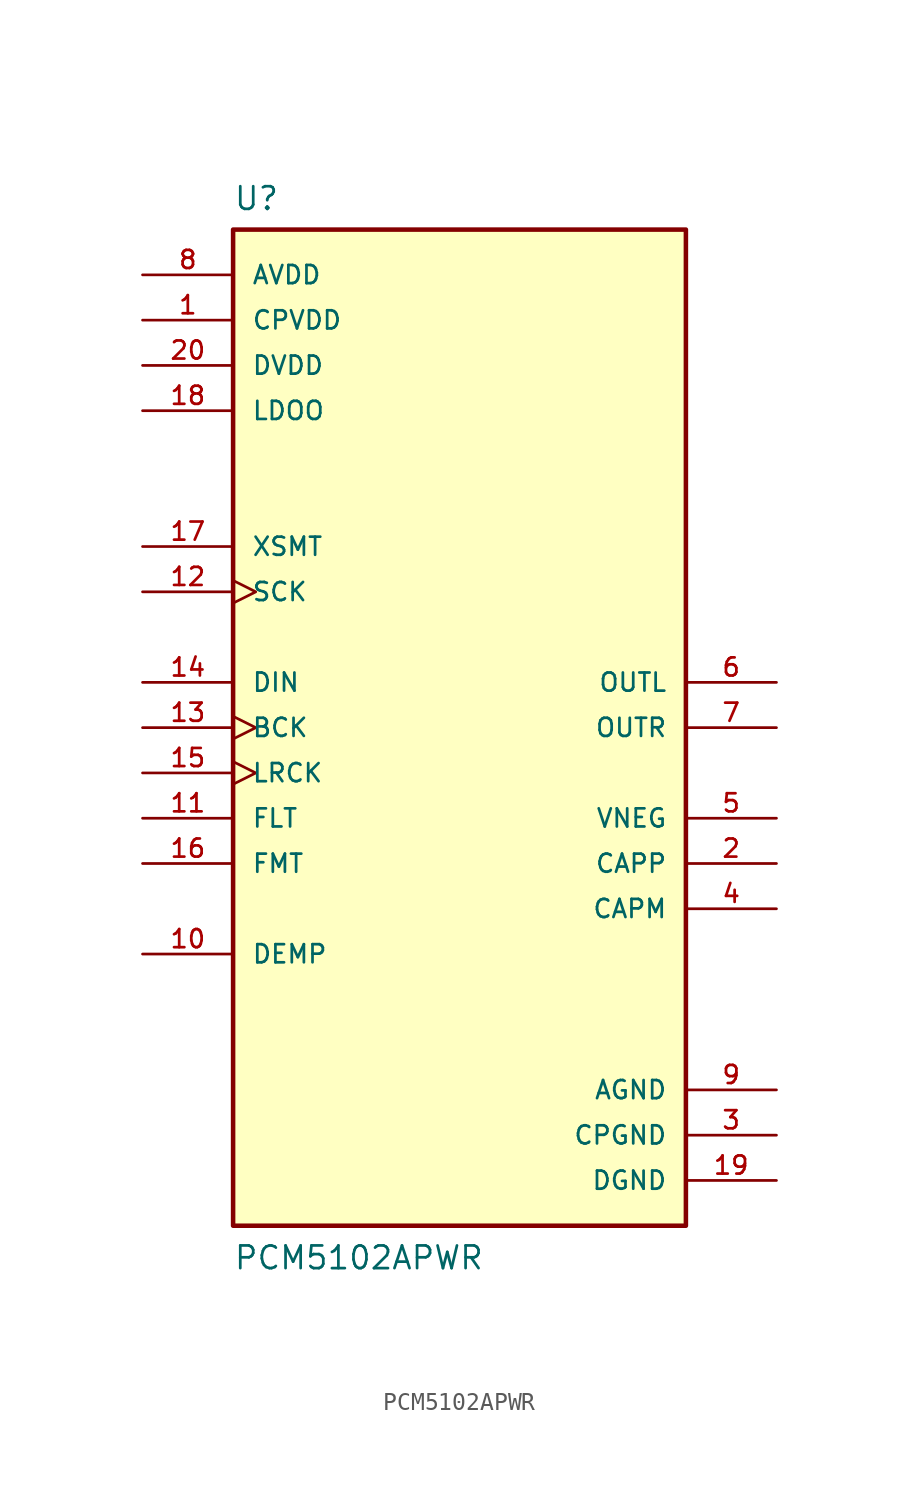
<source format=kicad_sym>
(kicad_symbol_lib
  (version 20211014)
  (generator kicad_symbol_editor)
  (symbol "PCM5102APWR"
    (pin_names
      (offset 1.016))
    (property "Reference" "U"
      (at -12.7 28.94 0.0)
      (effects (font (size 1.27 1.27)) (justify bottom left)))
    (property "Value" "PCM5102APWR"
      (at -12.7 -30.48 0.0)
      (effects (font (size 1.27 1.27)) (justify bottom left)))
    (symbol "PCM5102APWR_0_0"
      (rectangle (start -12.7 -27.94) (end 12.7 27.94) (stroke (width 0.254)) (fill (type background)))
      (pin input line (at -17.78 2.54 0) (length 5.08) (name "DIN" (effects (font (size 1.016 1.016)))) (number "14" (effects (font (size 1.016 1.016)))))
      (pin input clock (at -17.78 7.62 0) (length 5.08) (name "SCK" (effects (font (size 1.016 1.016)))) (number "12" (effects (font (size 1.016 1.016)))))
      (pin input clock (at -17.78 0.0 0) (length 5.08) (name "BCK" (effects (font (size 1.016 1.016)))) (number "13" (effects (font (size 1.016 1.016)))))
      (pin passive line (at 17.78 -10.16 180.0) (length 5.08) (name "CAPM" (effects (font (size 1.016 1.016)))) (number "4" (effects (font (size 1.016 1.016)))))
      (pin passive line (at 17.78 -7.62 180.0) (length 5.08) (name "CAPP" (effects (font (size 1.016 1.016)))) (number "2" (effects (font (size 1.016 1.016)))))
      (pin input line (at -17.78 -12.7 0) (length 5.08) (name "DEMP" (effects (font (size 1.016 1.016)))) (number "10" (effects (font (size 1.016 1.016)))))
      (pin input line (at -17.78 -5.08 0) (length 5.08) (name "FLT" (effects (font (size 1.016 1.016)))) (number "11" (effects (font (size 1.016 1.016)))))
      (pin input line (at -17.78 -7.62 0) (length 5.08) (name "FMT" (effects (font (size 1.016 1.016)))) (number "16" (effects (font (size 1.016 1.016)))))
      (pin power_in line (at -17.78 17.78 0) (length 5.08) (name "LDOO" (effects (font (size 1.016 1.016)))) (number "18" (effects (font (size 1.016 1.016)))))
      (pin input clock (at -17.78 -2.54 0) (length 5.08) (name "LRCK" (effects (font (size 1.016 1.016)))) (number "15" (effects (font (size 1.016 1.016)))))
      (pin output line (at 17.78 -5.08 180.0) (length 5.08) (name "VNEG" (effects (font (size 1.016 1.016)))) (number "5" (effects (font (size 1.016 1.016)))))
      (pin input line (at -17.78 10.16 0) (length 5.08) (name "XSMT" (effects (font (size 1.016 1.016)))) (number "17" (effects (font (size 1.016 1.016)))))
      (pin power_in line (at -17.78 25.4 0) (length 5.08) (name "AVDD" (effects (font (size 1.016 1.016)))) (number "8" (effects (font (size 1.016 1.016)))))
      (pin power_in line (at -17.78 22.86 0) (length 5.08) (name "CPVDD" (effects (font (size 1.016 1.016)))) (number "1" (effects (font (size 1.016 1.016)))))
      (pin power_in line (at -17.78 20.32 0) (length 5.08) (name "DVDD" (effects (font (size 1.016 1.016)))) (number "20" (effects (font (size 1.016 1.016)))))
      (pin output line (at 17.78 2.54 180.0) (length 5.08) (name "OUTL" (effects (font (size 1.016 1.016)))) (number "6" (effects (font (size 1.016 1.016)))))
      (pin output line (at 17.78 0.0 180.0) (length 5.08) (name "OUTR" (effects (font (size 1.016 1.016)))) (number "7" (effects (font (size 1.016 1.016)))))
      (pin power_in line (at 17.78 -20.32 180.0) (length 5.08) (name "AGND" (effects (font (size 1.016 1.016)))) (number "9" (effects (font (size 1.016 1.016)))))
      (pin power_in line (at 17.78 -22.86 180.0) (length 5.08) (name "CPGND" (effects (font (size 1.016 1.016)))) (number "3" (effects (font (size 1.016 1.016)))))
      (pin power_in line (at 17.78 -25.4 180.0) (length 5.08) (name "DGND" (effects (font (size 1.016 1.016)))) (number "19" (effects (font (size 1.016 1.016))))))))
</source>
